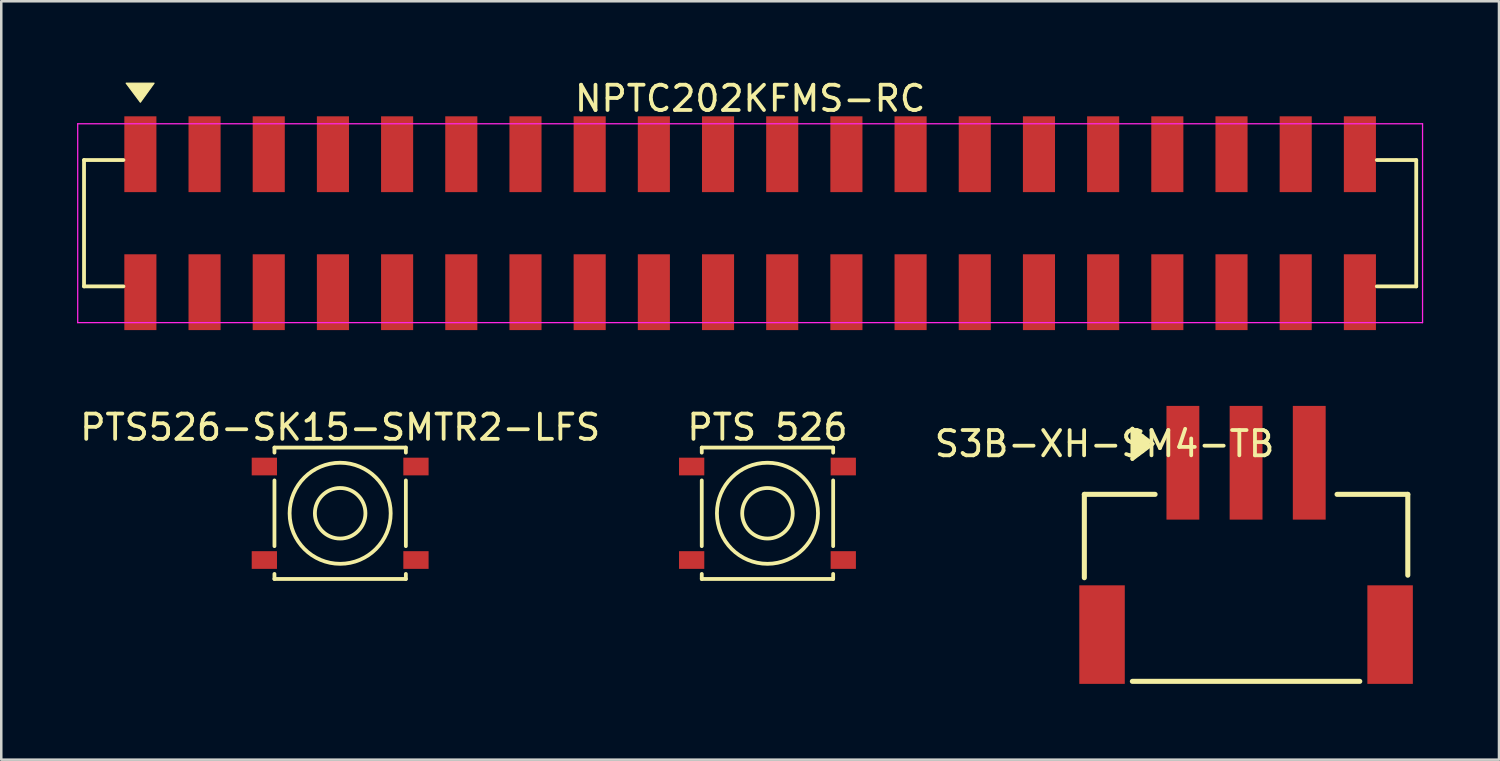
<source format=kicad_pcb>
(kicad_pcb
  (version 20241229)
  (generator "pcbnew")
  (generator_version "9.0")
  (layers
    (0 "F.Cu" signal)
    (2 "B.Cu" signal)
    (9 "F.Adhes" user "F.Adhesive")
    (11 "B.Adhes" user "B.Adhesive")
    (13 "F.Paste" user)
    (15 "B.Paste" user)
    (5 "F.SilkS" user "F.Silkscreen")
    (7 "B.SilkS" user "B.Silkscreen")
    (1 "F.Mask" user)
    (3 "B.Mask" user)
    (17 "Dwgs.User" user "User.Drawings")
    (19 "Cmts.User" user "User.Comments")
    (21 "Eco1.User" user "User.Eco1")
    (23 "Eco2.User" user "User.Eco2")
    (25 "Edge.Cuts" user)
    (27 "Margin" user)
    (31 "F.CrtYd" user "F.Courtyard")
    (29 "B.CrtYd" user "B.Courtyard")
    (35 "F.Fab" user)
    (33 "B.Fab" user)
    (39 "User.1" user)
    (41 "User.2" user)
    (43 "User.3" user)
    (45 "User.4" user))
  (footprint "S3B-XH-SM4-TB"
    (layer "F.Cu")
    (at 46.261 17.513)
    (property "Reference" "S3B-XH-SM4-TB" (at -5.6 -3 0) (layer "F.SilkS") (effects (font (size 1 1) (thickness 0.15))))
    (attr smd)
    (fp_line (start -6.4 -1) (end -3.6 -1) (stroke (width 0.2) (type solid)) (layer "F.SilkS"))
    (fp_line (start -6.4 2.3) (end -6.4 -1) (stroke (width 0.2) (type solid)) (layer "F.SilkS"))
    (fp_line (start -4.5 -3.6) (end -4.5 -2.4) (stroke (width 0.15) (type solid)) (layer "F.SilkS"))
    (fp_line (start -4.5 -2.4) (end -3.7 -3) (stroke (width 0.15) (type solid)) (layer "F.SilkS"))
    (fp_line (start -4.5 6.4) (end 4.5 6.4) (stroke (width 0.2) (type solid)) (layer "F.SilkS"))
    (fp_line (start -4.4 -3.5) (end -4.4 -2.5) (stroke (width 0.15) (type solid)) (layer "F.SilkS"))
    (fp_line (start -4.3 -3.4) (end -4.3 -2.6) (stroke (width 0.15) (type solid)) (layer "F.SilkS"))
    (fp_line (start -4.2 -3.3) (end -4.2 -2.7) (stroke (width 0.15) (type solid)) (layer "F.SilkS"))
    (fp_line (start -4.1 -3.3) (end -4.1 -2.7) (stroke (width 0.15) (type solid)) (layer "F.SilkS"))
    (fp_line (start -4 -3.2) (end -4 -2.8) (stroke (width 0.15) (type solid)) (layer "F.SilkS"))
    (fp_line (start -3.9 -3.1) (end -3.9 -2.9) (stroke (width 0.15) (type solid)) (layer "F.SilkS"))
    (fp_line (start -3.7 -3) (end -4.5 -3.6) (stroke (width 0.15) (type solid)) (layer "F.SilkS"))
    (fp_line (start 3.6 -1) (end 6.4 -1) (stroke (width 0.2) (type solid)) (layer "F.SilkS"))
    (fp_line (start 6.4 2.2) (end 6.4 -1) (stroke (width 0.2) (type solid)) (layer "F.SilkS"))
    (pad "" smd rect (at -5.7 4.55) (size 1.8 3.9) (layers "F.Cu" "F.Mask" "F.Paste"))
    (pad "" smd rect (at 5.7 4.55) (size 1.8 3.9) (layers "F.Cu" "F.Mask" "F.Paste"))
    (pad "1" smd rect (at -2.5 -2.25) (size 1.3 4.5) (layers "F.Cu" "F.Mask" "F.Paste"))
    (pad "2" smd rect (at 0 -2.25) (size 1.3 4.5) (layers "F.Cu" "F.Mask" "F.Paste"))
    (pad "3" smd rect (at 2.5 -2.25) (size 1.3 4.5) (layers "F.Cu" "F.Mask" "F.Paste")))
  (footprint "PTS 526"
    (layer "F.Cu")
    (at 27.321 17.262)
    (property "Reference" "PTS 526" (at 0 -3.4 0) (layer "F.SilkS") (effects (font (size 1 1) (thickness 0.15))))
    (attr through_hole)
    (fp_line (start -2.6 -2.6) (end 2.6 -2.6) (stroke (width 0.15) (type solid)) (layer "F.SilkS"))
    (fp_line (start -2.6 -2.4) (end -2.6 -2.6) (stroke (width 0.15) (type solid)) (layer "F.SilkS"))
    (fp_line (start -2.6 1.3) (end -2.6 -1.3) (stroke (width 0.15) (type solid)) (layer "F.SilkS"))
    (fp_line (start -2.6 2.4) (end -2.6 2.6) (stroke (width 0.15) (type solid)) (layer "F.SilkS"))
    (fp_line (start -2.6 2.6) (end 2.6 2.6) (stroke (width 0.15) (type solid)) (layer "F.SilkS"))
    (fp_line (start 2.6 -2.6) (end 2.6 -2.4) (stroke (width 0.15) (type solid)) (layer "F.SilkS"))
    (fp_line (start 2.6 -1.3) (end 2.6 1.3) (stroke (width 0.15) (type solid)) (layer "F.SilkS"))
    (fp_line (start 2.6 2.6) (end 2.6 2.4) (stroke (width 0.15) (type solid)) (layer "F.SilkS"))
    (fp_circle (center 0 0) (end 0 -2) (stroke (width 0.15) (type solid)) (fill no) (layer "F.SilkS"))
    (fp_circle (center 0 0) (end 0 -1) (stroke (width 0.15) (type solid)) (fill no) (layer "F.SilkS"))
    (pad "1" smd rect (at -3 -1.85) (size 1 0.7) (layers "F.Cu" "F.Mask" "F.Paste"))
    (pad "2" smd rect (at 3 -1.85) (size 1 0.7) (layers "F.Cu" "F.Mask" "F.Paste"))
    (pad "3" smd rect (at -3 1.85) (size 1 0.7) (layers "F.Cu" "F.Mask" "F.Paste"))
    (pad "4" smd rect (at 3 1.85) (size 1 0.7) (layers "F.Cu" "F.Mask" "F.Paste")))
  (footprint "PTS526-SK15-SMTR2-LFS"
    (layer "F.Cu")
    (at 10.411 17.262)
    (property "Reference" "PTS526-SK15-SMTR2-LFS" (at 0 -3.4 0) (layer "F.SilkS") (effects (font (size 1 1) (thickness 0.15))))
    (attr smd)
    (fp_line (start -2.6 -2.6) (end 2.6 -2.6) (stroke (width 0.15) (type solid)) (layer "F.SilkS"))
    (fp_line (start -2.6 -2.4) (end -2.6 -2.6) (stroke (width 0.15) (type solid)) (layer "F.SilkS"))
    (fp_line (start -2.6 1.3) (end -2.6 -1.3) (stroke (width 0.15) (type solid)) (layer "F.SilkS"))
    (fp_line (start -2.6 2.4) (end -2.6 2.6) (stroke (width 0.15) (type solid)) (layer "F.SilkS"))
    (fp_line (start -2.6 2.6) (end 2.6 2.6) (stroke (width 0.15) (type solid)) (layer "F.SilkS"))
    (fp_line (start 2.6 -2.6) (end 2.6 -2.4) (stroke (width 0.15) (type solid)) (layer "F.SilkS"))
    (fp_line (start 2.6 -1.3) (end 2.6 1.3) (stroke (width 0.15) (type solid)) (layer "F.SilkS"))
    (fp_line (start 2.6 2.6) (end 2.6 2.4) (stroke (width 0.15) (type solid)) (layer "F.SilkS"))
    (fp_circle (center 0 0) (end 0 -2) (stroke (width 0.15) (type solid)) (fill no) (layer "F.SilkS"))
    (fp_circle (center 0 0) (end 0 -1) (stroke (width 0.15) (type solid)) (fill no) (layer "F.SilkS"))
    (pad "1" smd rect (at -3 -1.85) (size 1 0.7) (layers "F.Cu" "F.Mask" "F.Paste"))
    (pad "2" smd rect (at 3 -1.85) (size 1 0.7) (layers "F.Cu" "F.Mask" "F.Paste"))
    (pad "3" smd rect (at -3 1.85) (size 1 0.7) (layers "F.Cu" "F.Mask" "F.Paste"))
    (pad "4" smd rect (at 3 1.85) (size 1 0.7) (layers "F.Cu" "F.Mask" "F.Paste")))
  (footprint "NPTC202KFMS-RC"
    (layer "F.Cu")
    (at 26.635 5.783)
    (property "Reference" "NPTC202KFMS-RC" (at 0 -4.935 0) (layer "F.SilkS") (effects (font (size 1 1) (thickness 0.15))))
    (attr smd)
    (fp_line (start -26.36 -2.5) (end -26.36 2.5) (stroke (width 0.15) (type solid)) (layer "F.SilkS"))
    (fp_line (start -26.36 2.5) (end -24.8 2.5) (stroke (width 0.15) (type solid)) (layer "F.SilkS"))
    (fp_line (start -24.8 -2.5) (end -26.36 -2.5) (stroke (width 0.15) (type solid)) (layer "F.SilkS"))
    (fp_line (start 24.8 -2.5) (end 26.36 -2.5) (stroke (width 0.15) (type solid)) (layer "F.SilkS"))
    (fp_line (start 26.36 -2.5) (end 26.36 2.5) (stroke (width 0.15) (type solid)) (layer "F.SilkS"))
    (fp_line (start 26.36 2.5) (end 24.8 2.5) (stroke (width 0.15) (type solid)) (layer "F.SilkS"))
    (fp_poly (pts (xy -24.13 -4.79) (xy -24.69 -5.54) (xy -23.59 -5.54)) (stroke (width 0.05) (type solid)) (fill yes) (layer "F.SilkS"))
    (fp_line (start -26.61 -3.935) (end 26.61 -3.935) (stroke (width 0.05) (type solid)) (layer "F.CrtYd"))
    (fp_line (start -26.61 3.935) (end -26.61 -3.935) (stroke (width 0.05) (type solid)) (layer "F.CrtYd"))
    (fp_line (start 26.61 -3.935) (end 26.61 3.935) (stroke (width 0.05) (type solid)) (layer "F.CrtYd"))
    (fp_line (start 26.61 3.935) (end -26.61 3.935) (stroke (width 0.05) (type solid)) (layer "F.CrtYd"))
    (pad "1" smd rect (at -24.13 -2.73) (size 1.27 3) (layers "F.Cu" "F.Mask" "F.Paste"))
    (pad "2" smd rect (at -24.13 2.73) (size 1.27 3) (layers "F.Cu" "F.Mask" "F.Paste"))
    (pad "3" smd rect (at -21.59 -2.73) (size 1.27 3) (layers "F.Cu" "F.Mask" "F.Paste"))
    (pad "4" smd rect (at -21.59 2.73) (size 1.27 3) (layers "F.Cu" "F.Mask" "F.Paste"))
    (pad "5" smd rect (at -19.05 -2.73) (size 1.27 3) (layers "F.Cu" "F.Mask" "F.Paste"))
    (pad "6" smd rect (at -19.05 2.73) (size 1.27 3) (layers "F.Cu" "F.Mask" "F.Paste"))
    (pad "7" smd rect (at -16.51 -2.73) (size 1.27 3) (layers "F.Cu" "F.Mask" "F.Paste"))
    (pad "8" smd rect (at -16.51 2.73) (size 1.27 3) (layers "F.Cu" "F.Mask" "F.Paste"))
    (pad "9" smd rect (at -13.97 -2.73) (size 1.27 3) (layers "F.Cu" "F.Mask" "F.Paste"))
    (pad "10" smd rect (at -13.97 2.73) (size 1.27 3) (layers "F.Cu" "F.Mask" "F.Paste"))
    (pad "11" smd rect (at -11.43 -2.73) (size 1.27 3) (layers "F.Cu" "F.Mask" "F.Paste"))
    (pad "12" smd rect (at -11.43 2.73) (size 1.27 3) (layers "F.Cu" "F.Mask" "F.Paste"))
    (pad "13" smd rect (at -8.89 -2.73) (size 1.27 3) (layers "F.Cu" "F.Mask" "F.Paste"))
    (pad "14" smd rect (at -8.89 2.73) (size 1.27 3) (layers "F.Cu" "F.Mask" "F.Paste"))
    (pad "15" smd rect (at -6.35 -2.73) (size 1.27 3) (layers "F.Cu" "F.Mask" "F.Paste"))
    (pad "16" smd rect (at -6.35 2.73) (size 1.27 3) (layers "F.Cu" "F.Mask" "F.Paste"))
    (pad "17" smd rect (at -3.81 -2.73) (size 1.27 3) (layers "F.Cu" "F.Mask" "F.Paste"))
    (pad "18" smd rect (at -3.81 2.73) (size 1.27 3) (layers "F.Cu" "F.Mask" "F.Paste"))
    (pad "19" smd rect (at -1.27 -2.73) (size 1.27 3) (layers "F.Cu" "F.Mask" "F.Paste"))
    (pad "20" smd rect (at -1.27 2.73) (size 1.27 3) (layers "F.Cu" "F.Mask" "F.Paste"))
    (pad "21" smd rect (at 1.27 -2.73) (size 1.27 3) (layers "F.Cu" "F.Mask" "F.Paste"))
    (pad "22" smd rect (at 1.27 2.73) (size 1.27 3) (layers "F.Cu" "F.Mask" "F.Paste"))
    (pad "23" smd rect (at 3.81 -2.73) (size 1.27 3) (layers "F.Cu" "F.Mask" "F.Paste"))
    (pad "24" smd rect (at 3.81 2.73) (size 1.27 3) (layers "F.Cu" "F.Mask" "F.Paste"))
    (pad "25" smd rect (at 6.35 -2.73) (size 1.27 3) (layers "F.Cu" "F.Mask" "F.Paste"))
    (pad "26" smd rect (at 6.35 2.73) (size 1.27 3) (layers "F.Cu" "F.Mask" "F.Paste"))
    (pad "27" smd rect (at 8.89 -2.73) (size 1.27 3) (layers "F.Cu" "F.Mask" "F.Paste"))
    (pad "28" smd rect (at 8.89 2.73) (size 1.27 3) (layers "F.Cu" "F.Mask" "F.Paste"))
    (pad "29" smd rect (at 11.43 -2.73) (size 1.27 3) (layers "F.Cu" "F.Mask" "F.Paste"))
    (pad "30" smd rect (at 11.43 2.73) (size 1.27 3) (layers "F.Cu" "F.Mask" "F.Paste"))
    (pad "31" smd rect (at 13.97 -2.73) (size 1.27 3) (layers "F.Cu" "F.Mask" "F.Paste"))
    (pad "32" smd rect (at 13.97 2.73) (size 1.27 3) (layers "F.Cu" "F.Mask" "F.Paste"))
    (pad "33" smd rect (at 16.51 -2.73) (size 1.27 3) (layers "F.Cu" "F.Mask" "F.Paste"))
    (pad "34" smd rect (at 16.51 2.73) (size 1.27 3) (layers "F.Cu" "F.Mask" "F.Paste"))
    (pad "35" smd rect (at 19.05 -2.73) (size 1.27 3) (layers "F.Cu" "F.Mask" "F.Paste"))
    (pad "36" smd rect (at 19.05 2.73) (size 1.27 3) (layers "F.Cu" "F.Mask" "F.Paste"))
    (pad "37" smd rect (at 21.59 -2.73) (size 1.27 3) (layers "F.Cu" "F.Mask" "F.Paste"))
    (pad "38" smd rect (at 21.59 2.73) (size 1.27 3) (layers "F.Cu" "F.Mask" "F.Paste"))
    (pad "39" smd rect (at 24.13 -2.73) (size 1.27 3) (layers "F.Cu" "F.Mask" "F.Paste"))
    (pad "40" smd rect (at 24.13 2.73) (size 1.27 3) (layers "F.Cu" "F.Mask" "F.Paste")))
  (gr_rect
    (start -3 -3)
    (end 56.27 27.013)
    (stroke (width 0.1) (type default))
    (fill no)
    (layer "Edge.Cuts")))
</source>
